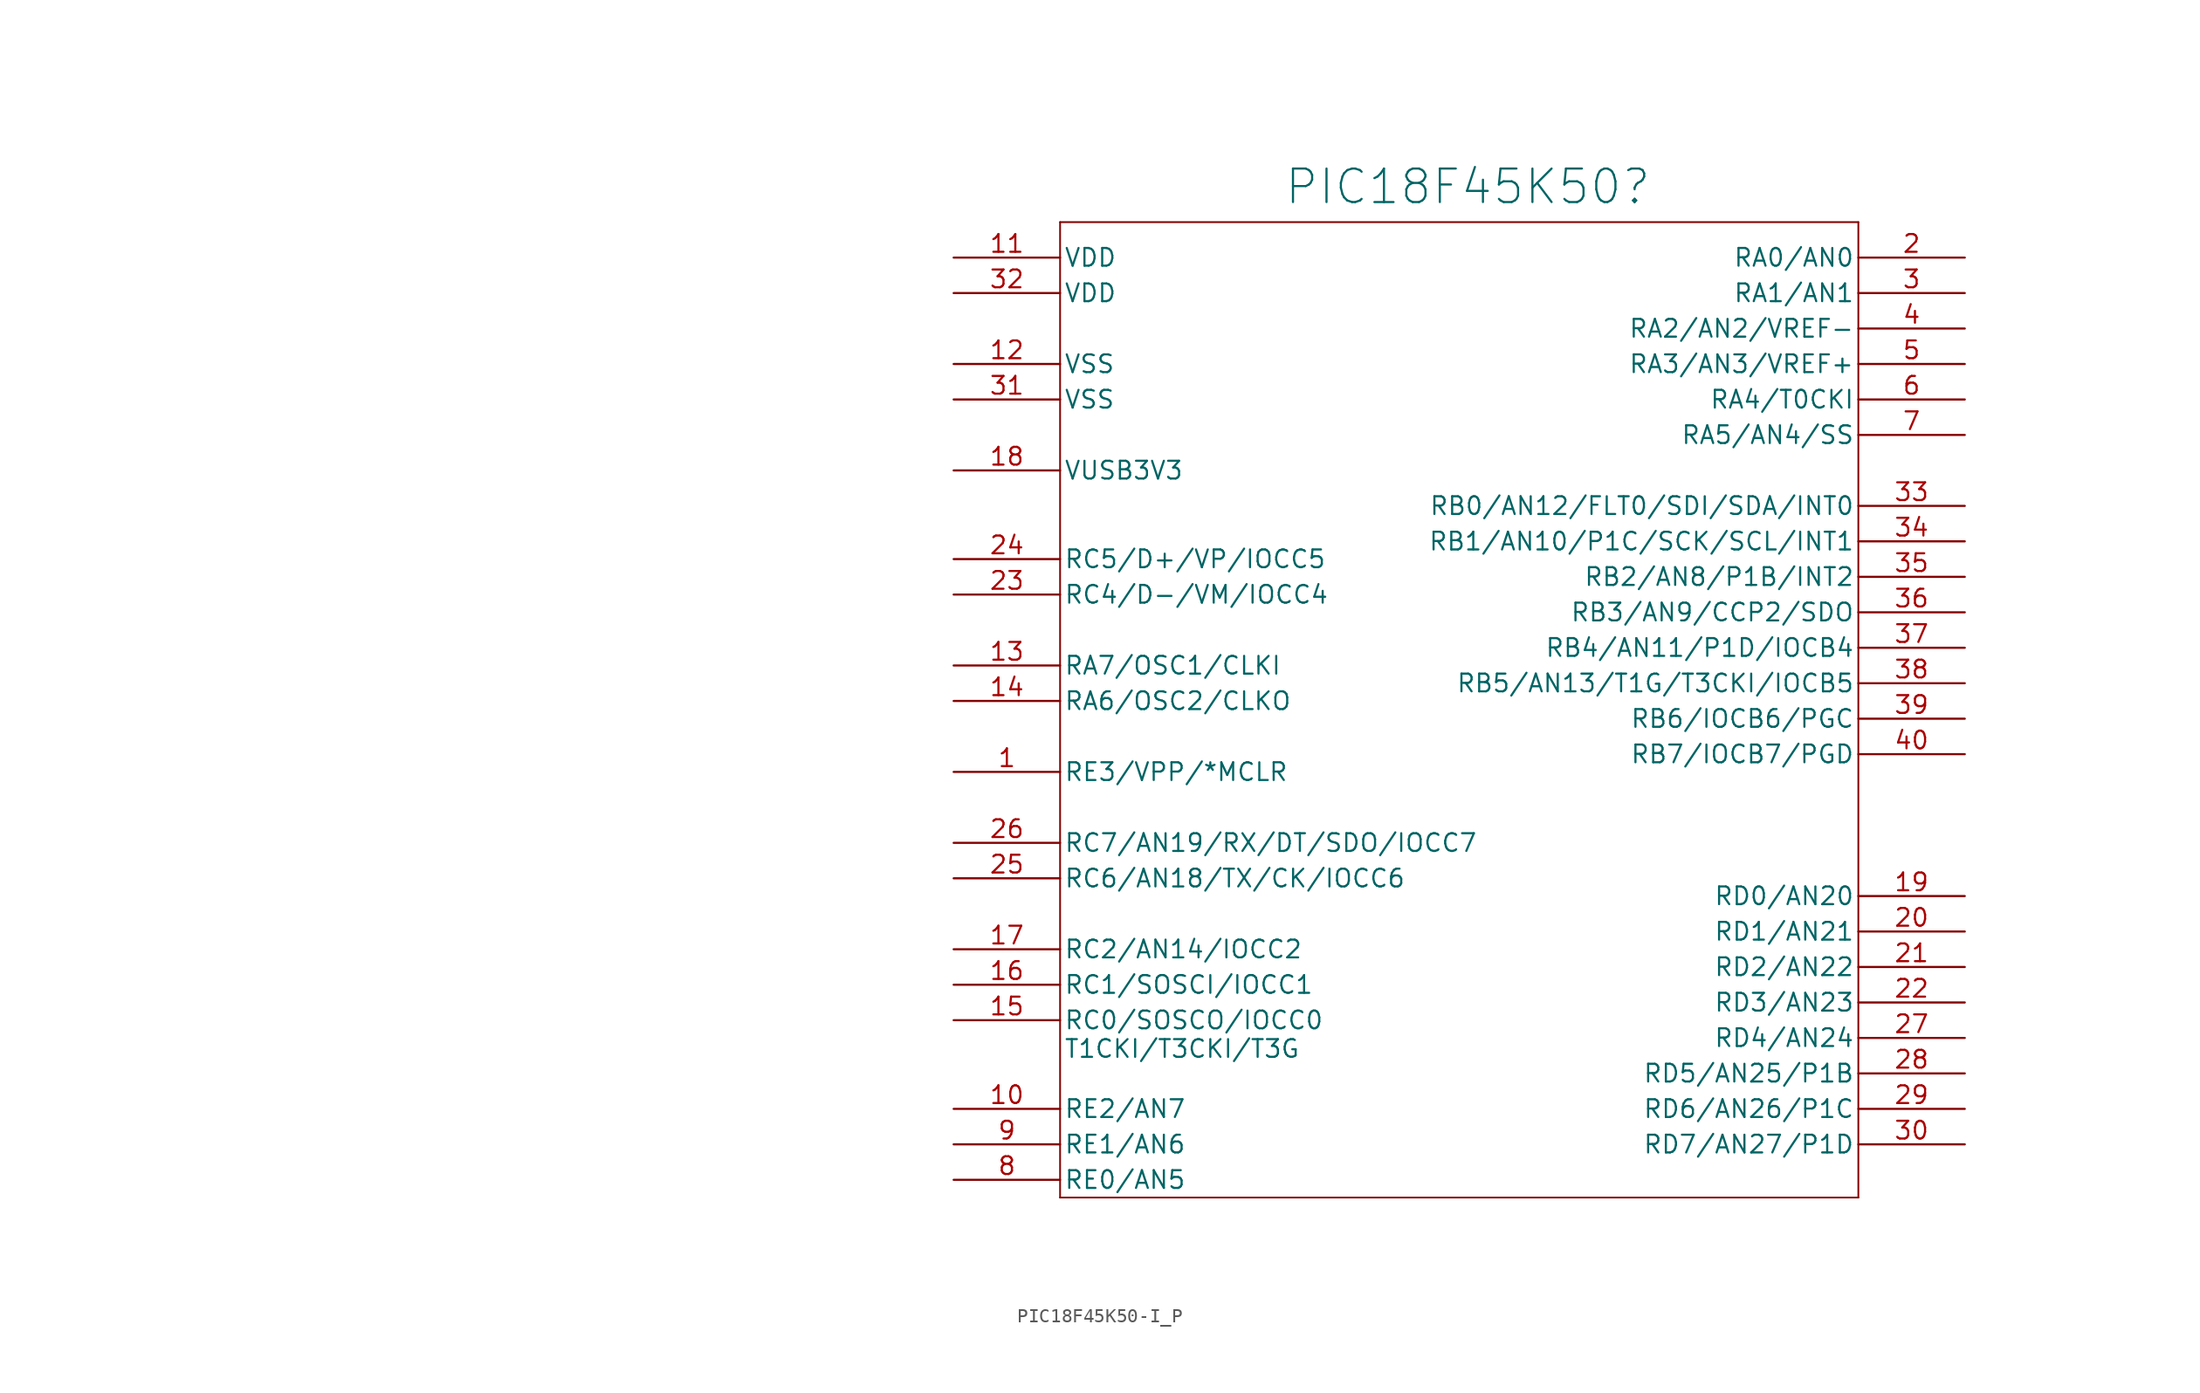
<source format=kicad_sym>
(kicad_symbol_lib
  (version 20231120)
  (generator "kicad_symbol_editor")
  (generator_version "8.0")
  (symbol "PIC18F45K50-I_P"
    (pin_names
      (offset 0.254))
    (property "Reference" "PIC18F45K50"
      (at 23.622 2.54 0)
      (effects (font (size 2.4 2.4)) (justify left)))
    (property "ki_locked" ""
      (at 0 0 0)
      (effects (font (size 1.27 1.27))))
    (symbol "PIC18F45K50-I_P_0_1"
      (polyline (pts (xy 7.62 -69.85) (xy 64.77 -69.85)) (stroke (width 0.127) (type default)) (fill (type none)))
      (polyline (pts (xy 7.62 0) (xy 7.62 -69.85)) (stroke (width 0.127) (type default)) (fill (type none)))
      (polyline (pts (xy 64.77 -69.85) (xy 64.77 0)) (stroke (width 0.127) (type default)) (fill (type none)))
      (polyline (pts (xy 64.77 0) (xy 7.62 0)) (stroke (width 0.127) (type default)) (fill (type none))))
    (symbol "PIC18F45K50-I_P_1_1"
      (text private "1) VUSB3V3 = Power Output :\nPIC will provide regulated 3V3 \nderived from the USB's VBUS(5V). " (at -51.816 -3.556 0) (effects (font (size 1.27 1.27)) (justify left)))
      (text private "2) MCLR = Power Input.\nUsed to reset MCU when :\npulled to a low-V / GND." (at -51.816 -21.082 0) (effects (font (size 1.27 1.27)) (justify left)))
      (text private "2) VDD/VSS pins = Power Input.\nSince they all depends on \nexternal power-supply." (at -51.816 -11.938 0) (effects (font (size 1.27 1.27)) (justify left)))
      (pin power_in line (at 0 -39.37 0) (length 7.62) (name "RE3/VPP/*MCLR" (effects (font (size 1.27 1.27)))) (number "1" (effects (font (size 1.27 1.27)))))
      (pin bidirectional line (at 0 -63.5 0) (length 7.62) (name "RE2/AN7" (effects (font (size 1.27 1.27)))) (number "10" (effects (font (size 1.27 1.27)))))
      (pin power_in line (at 0 -2.54 0) (length 7.62) (name "VDD" (effects (font (size 1.27 1.27)))) (number "11" (effects (font (size 1.27 1.27)))))
      (pin power_in line (at 0 -10.16 0) (length 7.62) (name "VSS" (effects (font (size 1.27 1.27)))) (number "12" (effects (font (size 1.27 1.27)))))
      (pin bidirectional line (at 0 -31.75 0) (length 7.62) (name "RA7/OSC1/CLKI" (effects (font (size 1.27 1.27)))) (number "13" (effects (font (size 1.27 1.27)))))
      (pin bidirectional line (at 0 -34.29 0) (length 7.62) (name "RA6/OSC2/CLKO" (effects (font (size 1.27 1.27)))) (number "14" (effects (font (size 1.27 1.27)))))
      (pin bidirectional line (at 0 -57.15 0) (length 7.62) (name "\nRC0/SOSCO/IOCC0\nT1CKI/T3CKI/T3G" (effects (font (size 1.27 1.27)))) (number "15" (effects (font (size 1.27 1.27)))))
      (pin bidirectional line (at 0 -54.61 0) (length 7.62) (name "RC1/SOSCI/IOCC1" (effects (font (size 1.27 1.27)))) (number "16" (effects (font (size 1.27 1.27)))))
      (pin bidirectional line (at 0 -52.07 0) (length 7.62) (name "RC2/AN14/IOCC2" (effects (font (size 1.27 1.27)))) (number "17" (effects (font (size 1.27 1.27)))))
      (pin power_out line (at 0 -17.78 0) (length 7.62) (name "VUSB3V3" (effects (font (size 1.27 1.27)))) (number "18" (effects (font (size 1.27 1.27)))))
      (pin bidirectional line (at 72.39 -48.26 180) (length 7.62) (name "RD0/AN20" (effects (font (size 1.27 1.27)))) (number "19" (effects (font (size 1.27 1.27)))))
      (pin bidirectional line (at 72.39 -2.54 180) (length 7.62) (name "RA0/AN0" (effects (font (size 1.27 1.27)))) (number "2" (effects (font (size 1.27 1.27)))))
      (pin bidirectional line (at 72.39 -50.8 180) (length 7.62) (name "RD1/AN21" (effects (font (size 1.27 1.27)))) (number "20" (effects (font (size 1.27 1.27)))))
      (pin bidirectional line (at 72.39 -53.34 180) (length 7.62) (name "RD2/AN22" (effects (font (size 1.27 1.27)))) (number "21" (effects (font (size 1.27 1.27)))))
      (pin bidirectional line (at 72.39 -55.88 180) (length 7.62) (name "RD3/AN23" (effects (font (size 1.27 1.27)))) (number "22" (effects (font (size 1.27 1.27)))))
      (pin bidirectional line (at 0 -26.67 0) (length 7.62) (name "RC4/D-/VM/IOCC4" (effects (font (size 1.27 1.27)))) (number "23" (effects (font (size 1.27 1.27)))))
      (pin bidirectional line (at 0 -24.13 0) (length 7.62) (name "RC5/D+/VP/IOCC5" (effects (font (size 1.27 1.27)))) (number "24" (effects (font (size 1.27 1.27)))))
      (pin bidirectional line (at 0 -46.99 0) (length 7.62) (name "RC6/AN18/TX/CK/IOCC6" (effects (font (size 1.27 1.27)))) (number "25" (effects (font (size 1.27 1.27)))))
      (pin bidirectional line (at 0 -44.45 0) (length 7.62) (name "RC7/AN19/RX/DT/SDO/IOCC7" (effects (font (size 1.27 1.27)))) (number "26" (effects (font (size 1.27 1.27)))))
      (pin bidirectional line (at 72.39 -58.42 180) (length 7.62) (name "RD4/AN24" (effects (font (size 1.27 1.27)))) (number "27" (effects (font (size 1.27 1.27)))))
      (pin bidirectional line (at 72.39 -60.96 180) (length 7.62) (name "RD5/AN25/P1B" (effects (font (size 1.27 1.27)))) (number "28" (effects (font (size 1.27 1.27)))))
      (pin bidirectional line (at 72.39 -63.5 180) (length 7.62) (name "RD6/AN26/P1C" (effects (font (size 1.27 1.27)))) (number "29" (effects (font (size 1.27 1.27)))))
      (pin bidirectional line (at 72.39 -5.08 180) (length 7.62) (name "RA1/AN1" (effects (font (size 1.27 1.27)))) (number "3" (effects (font (size 1.27 1.27)))))
      (pin bidirectional line (at 72.39 -66.04 180) (length 7.62) (name "RD7/AN27/P1D" (effects (font (size 1.27 1.27)))) (number "30" (effects (font (size 1.27 1.27)))))
      (pin power_in line (at 0 -12.7 0) (length 7.62) (name "VSS" (effects (font (size 1.27 1.27)))) (number "31" (effects (font (size 1.27 1.27)))))
      (pin power_in line (at 0 -5.08 0) (length 7.62) (name "VDD" (effects (font (size 1.27 1.27)))) (number "32" (effects (font (size 1.27 1.27)))))
      (pin bidirectional line (at 72.39 -20.32 180) (length 7.62) (name "RB0/AN12/FLT0/SDI/SDA/INT0" (effects (font (size 1.27 1.27)))) (number "33" (effects (font (size 1.27 1.27)))))
      (pin bidirectional line (at 72.39 -22.86 180) (length 7.62) (name "RB1/AN10/P1C/SCK/SCL/INT1" (effects (font (size 1.27 1.27)))) (number "34" (effects (font (size 1.27 1.27)))))
      (pin bidirectional line (at 72.39 -25.4 180) (length 7.62) (name "RB2/AN8/P1B/INT2" (effects (font (size 1.27 1.27)))) (number "35" (effects (font (size 1.27 1.27)))))
      (pin bidirectional line (at 72.39 -27.94 180) (length 7.62) (name "RB3/AN9/CCP2/SDO" (effects (font (size 1.27 1.27)))) (number "36" (effects (font (size 1.27 1.27)))))
      (pin bidirectional line (at 72.39 -30.48 180) (length 7.62) (name "RB4/AN11/P1D/IOCB4" (effects (font (size 1.27 1.27)))) (number "37" (effects (font (size 1.27 1.27)))))
      (pin bidirectional line (at 72.39 -33.02 180) (length 7.62) (name "RB5/AN13/T1G/T3CKI/IOCB5" (effects (font (size 1.27 1.27)))) (number "38" (effects (font (size 1.27 1.27)))))
      (pin bidirectional line (at 72.39 -35.56 180) (length 7.62) (name "RB6/IOCB6/PGC" (effects (font (size 1.27 1.27)))) (number "39" (effects (font (size 1.27 1.27)))))
      (pin bidirectional line (at 72.39 -7.62 180) (length 7.62) (name "RA2/AN2/VREF-" (effects (font (size 1.27 1.27)))) (number "4" (effects (font (size 1.27 1.27)))))
      (pin bidirectional line (at 72.39 -38.1 180) (length 7.62) (name "RB7/IOCB7/PGD" (effects (font (size 1.27 1.27)))) (number "40" (effects (font (size 1.27 1.27)))))
      (pin bidirectional line (at 72.39 -10.16 180) (length 7.62) (name "RA3/AN3/VREF+" (effects (font (size 1.27 1.27)))) (number "5" (effects (font (size 1.27 1.27)))))
      (pin bidirectional line (at 72.39 -12.7 180) (length 7.62) (name "RA4/T0CKI" (effects (font (size 1.27 1.27)))) (number "6" (effects (font (size 1.27 1.27)))))
      (pin bidirectional line (at 72.39 -15.24 180) (length 7.62) (name "RA5/AN4/SS" (effects (font (size 1.27 1.27)))) (number "7" (effects (font (size 1.27 1.27)))))
      (pin bidirectional line (at 0 -68.58 0) (length 7.62) (name "RE0/AN5" (effects (font (size 1.27 1.27)))) (number "8" (effects (font (size 1.27 1.27)))))
      (pin bidirectional line (at 0 -66.04 0) (length 7.62) (name "RE1/AN6" (effects (font (size 1.27 1.27)))) (number "9" (effects (font (size 1.27 1.27))))))))
</source>
